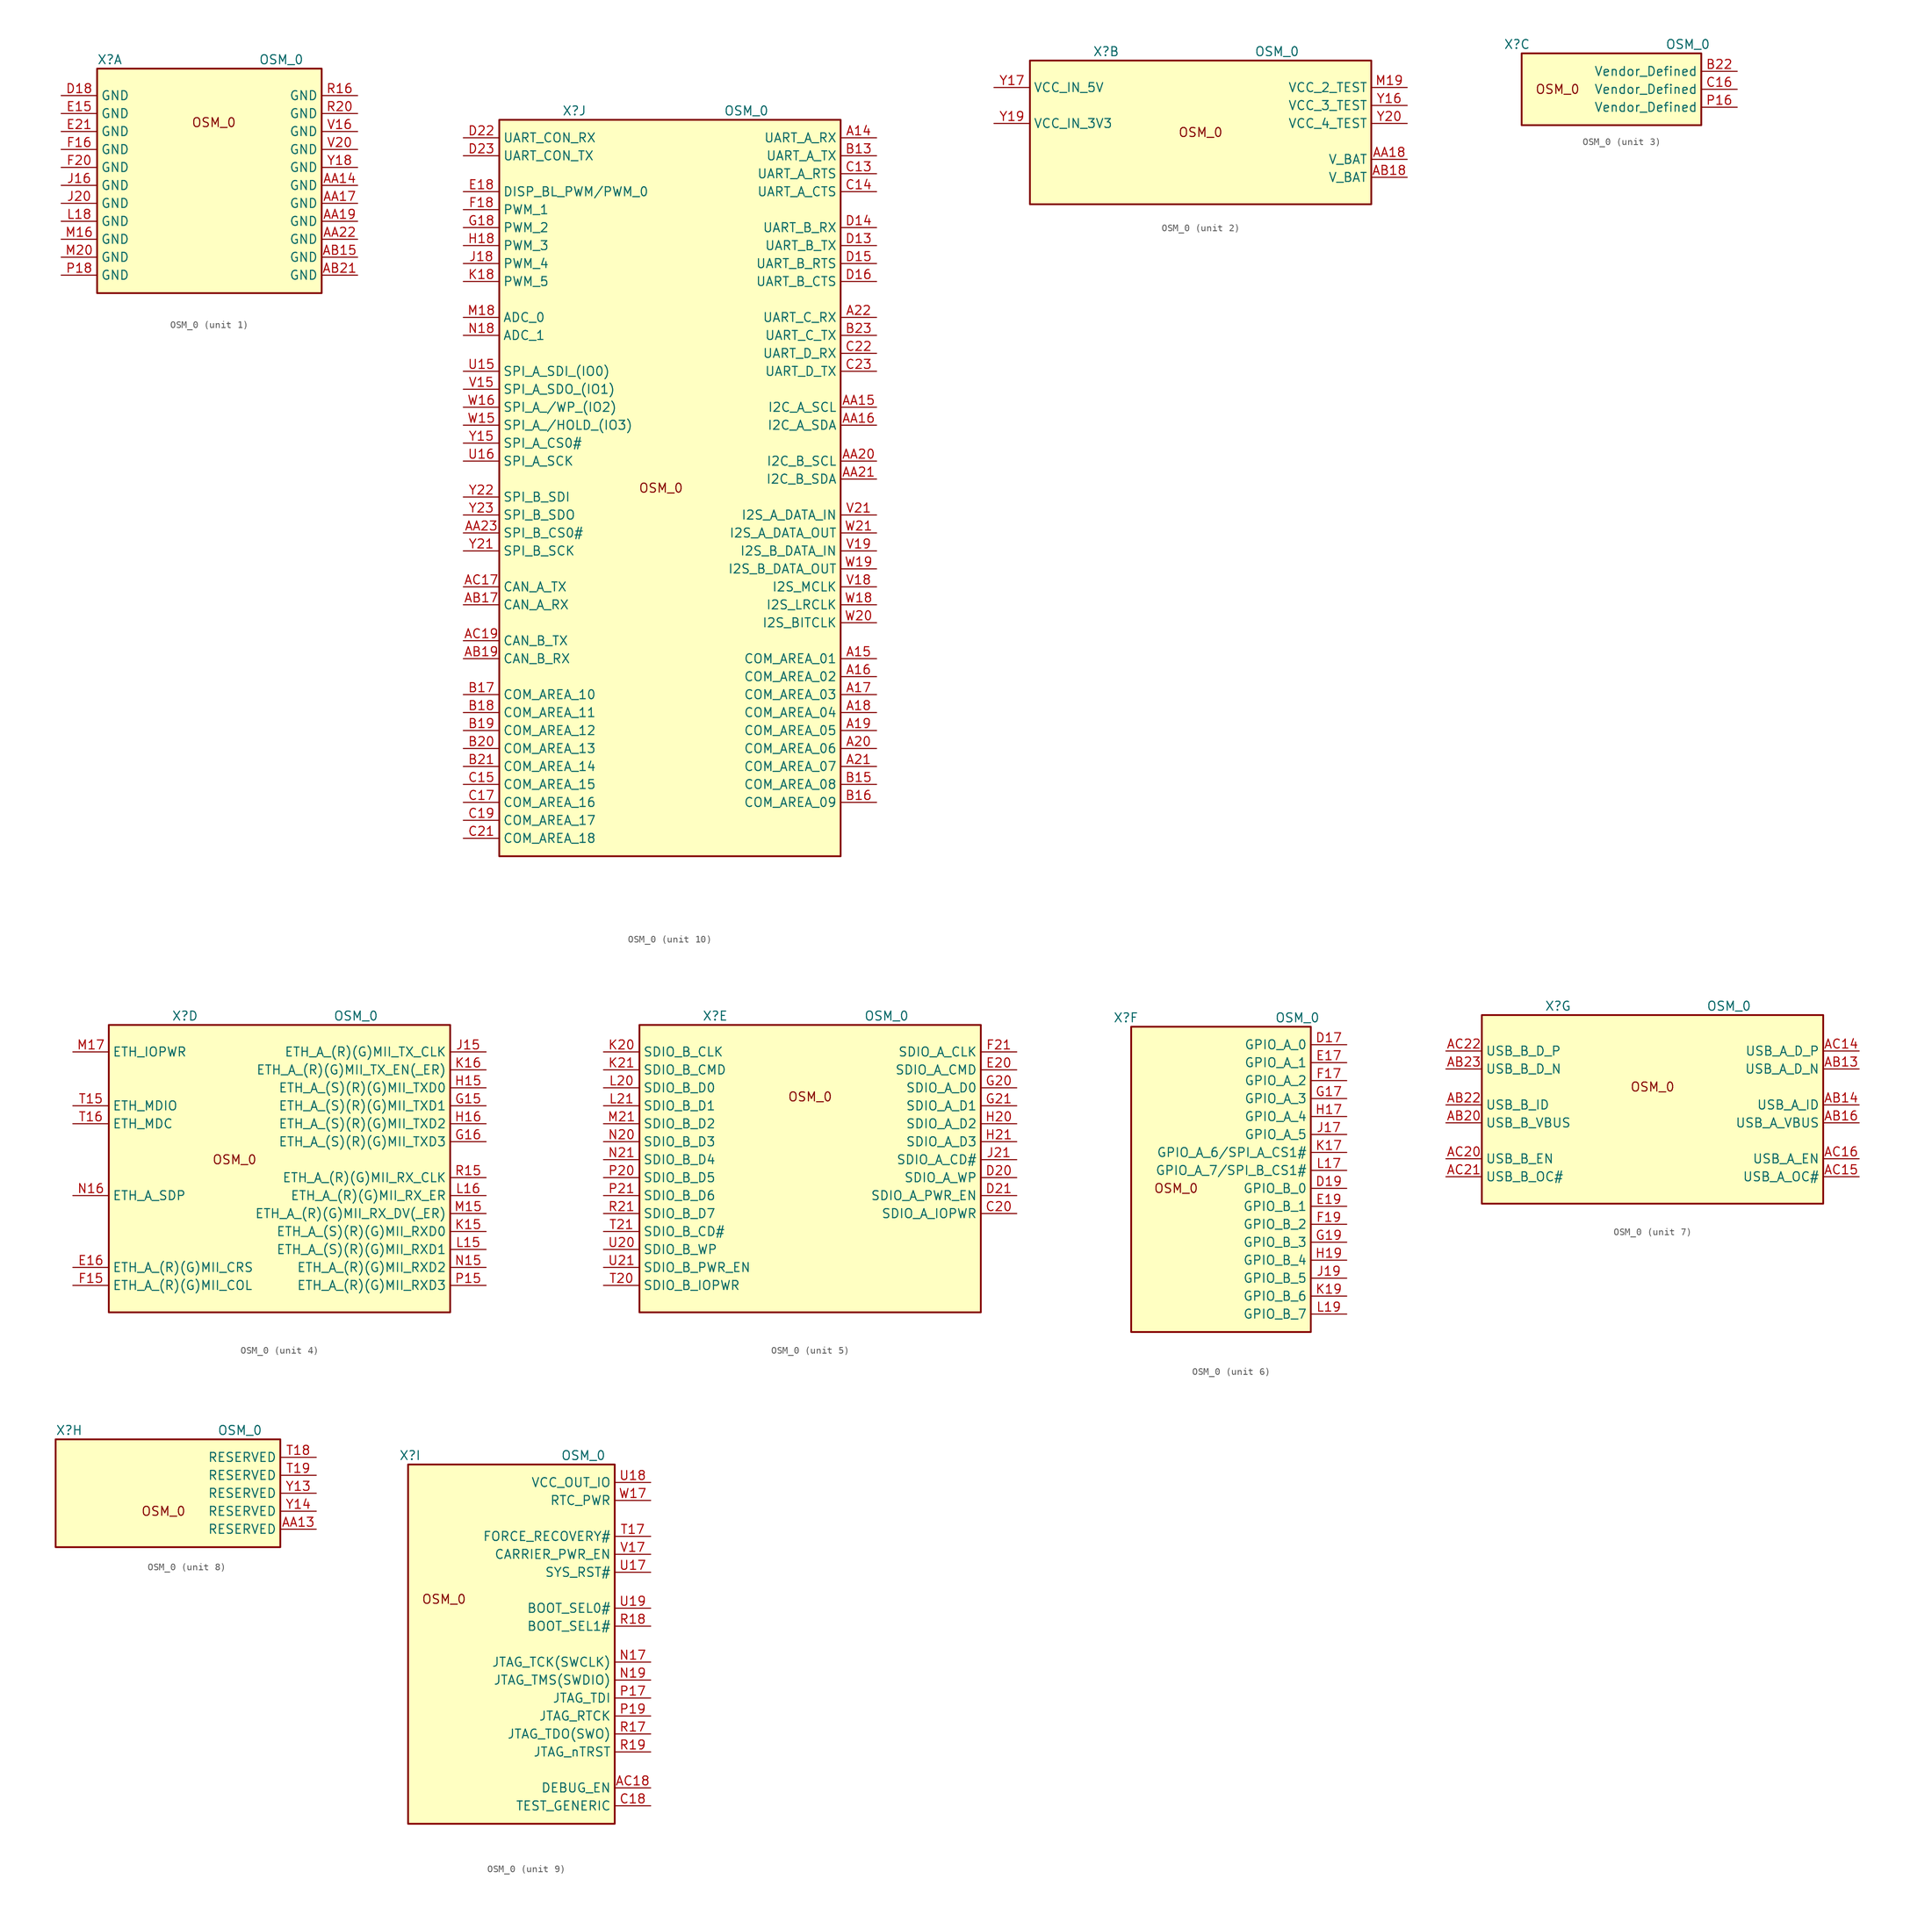
<source format=kicad_sym>
(kicad_symbol_lib
  (version 20220914)
  (generator kicad_symbol_editor)
  (symbol "OSM_0"
    (property "Reference" "X"
      (at -15.24 1.27 0)
      (effects (font (size 1.27 1.27)) (justify left)))
    (property "Value" "OSM_0"
      (at 7.62 1.27 0)
      (effects (font (size 1.27 1.27)) (justify left)))
    (property "ki_locked" ""
      (at 0 0 0)
      (effects (font (size 1.27 1.27))))
    (symbol "OSM_0_1_1"
      (rectangle (start -15.24 0) (end 16.51 -31.75) (stroke (width 0.254) (type solid)) (fill (type background)))
      (text "OSM_0\n" (at 1.27 -7.62 0) (effects (font (size 1.27 1.27))))
      (pin power_in line (at 21.59 -16.51 180) (length 5.08) (name "GND" (effects (font (size 1.27 1.27)))) (number "AA14" (effects (font (size 1.27 1.27)))))
      (pin power_in line (at 21.59 -19.05 180) (length 5.08) (name "GND" (effects (font (size 1.27 1.27)))) (number "AA17" (effects (font (size 1.27 1.27)))))
      (pin power_in line (at 21.59 -21.59 180) (length 5.08) (name "GND" (effects (font (size 1.27 1.27)))) (number "AA19" (effects (font (size 1.27 1.27)))))
      (pin power_in line (at 21.59 -24.13 180) (length 5.08) (name "GND" (effects (font (size 1.27 1.27)))) (number "AA22" (effects (font (size 1.27 1.27)))))
      (pin power_in line (at 21.59 -26.67 180) (length 5.08) (name "GND" (effects (font (size 1.27 1.27)))) (number "AB15" (effects (font (size 1.27 1.27)))))
      (pin power_in line (at 21.59 -29.21 180) (length 5.08) (name "GND" (effects (font (size 1.27 1.27)))) (number "AB21" (effects (font (size 1.27 1.27)))))
      (pin power_in line (at -20.32 -3.81 0) (length 5.08) (name "GND" (effects (font (size 1.27 1.27)))) (number "D18" (effects (font (size 1.27 1.27)))))
      (pin power_in line (at -20.32 -6.35 0) (length 5.08) (name "GND" (effects (font (size 1.27 1.27)))) (number "E15" (effects (font (size 1.27 1.27)))))
      (pin power_in line (at -20.32 -8.89 0) (length 5.08) (name "GND" (effects (font (size 1.27 1.27)))) (number "E21" (effects (font (size 1.27 1.27)))))
      (pin power_in line (at -20.32 -11.43 0) (length 5.08) (name "GND" (effects (font (size 1.27 1.27)))) (number "F16" (effects (font (size 1.27 1.27)))))
      (pin power_in line (at -20.32 -13.97 0) (length 5.08) (name "GND" (effects (font (size 1.27 1.27)))) (number "F20" (effects (font (size 1.27 1.27)))))
      (pin power_in line (at -20.32 -16.51 0) (length 5.08) (name "GND" (effects (font (size 1.27 1.27)))) (number "J16" (effects (font (size 1.27 1.27)))))
      (pin power_in line (at -20.32 -19.05 0) (length 5.08) (name "GND" (effects (font (size 1.27 1.27)))) (number "J20" (effects (font (size 1.27 1.27)))))
      (pin power_in line (at -20.32 -21.59 0) (length 5.08) (name "GND" (effects (font (size 1.27 1.27)))) (number "L18" (effects (font (size 1.27 1.27)))))
      (pin power_in line (at -20.32 -24.13 0) (length 5.08) (name "GND" (effects (font (size 1.27 1.27)))) (number "M16" (effects (font (size 1.27 1.27)))))
      (pin power_in line (at -20.32 -26.67 0) (length 5.08) (name "GND" (effects (font (size 1.27 1.27)))) (number "M20" (effects (font (size 1.27 1.27)))))
      (pin power_in line (at -20.32 -29.21 0) (length 5.08) (name "GND" (effects (font (size 1.27 1.27)))) (number "P18" (effects (font (size 1.27 1.27)))))
      (pin power_in line (at 21.59 -3.81 180) (length 5.08) (name "GND" (effects (font (size 1.27 1.27)))) (number "R16" (effects (font (size 1.27 1.27)))))
      (pin power_in line (at 21.59 -6.35 180) (length 5.08) (name "GND" (effects (font (size 1.27 1.27)))) (number "R20" (effects (font (size 1.27 1.27)))))
      (pin power_in line (at 21.59 -8.89 180) (length 5.08) (name "GND" (effects (font (size 1.27 1.27)))) (number "V16" (effects (font (size 1.27 1.27)))))
      (pin power_in line (at 21.59 -11.43 180) (length 5.08) (name "GND" (effects (font (size 1.27 1.27)))) (number "V20" (effects (font (size 1.27 1.27)))))
      (pin power_in line (at 21.59 -13.97 180) (length 5.08) (name "GND" (effects (font (size 1.27 1.27)))) (number "Y18" (effects (font (size 1.27 1.27))))))
    (symbol "OSM_0_2_1"
      (rectangle (start -24.13 0) (end 24.13 -20.32) (stroke (width 0.254) (type solid)) (fill (type background)))
      (text "OSM_0\n" (at 0 -10.16 0) (effects (font (size 1.27 1.27))))
      (pin power_in line (at 29.21 -13.97 180) (length 5.08) (name "V_BAT" (effects (font (size 1.27 1.27)))) (number "AA18" (effects (font (size 1.27 1.27)))))
      (pin power_in line (at 29.21 -16.51 180) (length 5.08) (name "V_BAT" (effects (font (size 1.27 1.27)))) (number "AB18" (effects (font (size 1.27 1.27)))))
      (pin power_out line (at 29.21 -3.81 180) (length 5.08) (name "VCC_2_TEST" (effects (font (size 1.27 1.27)))) (number "M19" (effects (font (size 1.27 1.27)))))
      (pin power_out line (at 29.21 -6.35 180) (length 5.08) (name "VCC_3_TEST" (effects (font (size 1.27 1.27)))) (number "Y16" (effects (font (size 1.27 1.27)))))
      (pin power_in line (at -29.21 -3.81 0) (length 5.08) (name "VCC_IN_5V" (effects (font (size 1.27 1.27)))) (number "Y17" (effects (font (size 1.27 1.27)))))
      (pin power_in line (at -29.21 -8.89 0) (length 5.08) (name "VCC_IN_3V3" (effects (font (size 1.27 1.27)))) (number "Y19" (effects (font (size 1.27 1.27)))))
      (pin power_out line (at 29.21 -8.89 180) (length 5.08) (name "VCC_4_TEST" (effects (font (size 1.27 1.27)))) (number "Y20" (effects (font (size 1.27 1.27))))))
    (symbol "OSM_0_3_1"
      (rectangle (start -12.7 0) (end 12.7 -10.16) (stroke (width 0.254) (type solid)) (fill (type background)))
      (text "OSM_0\n" (at -7.62 -5.08 0) (effects (font (size 1.27 1.27))))
      (pin bidirectional line (at 17.78 -2.54 180) (length 5.08) (name "Vendor_Defined" (effects (font (size 1.27 1.27)))) (number "B22" (effects (font (size 1.27 1.27)))))
      (pin bidirectional line (at 17.78 -5.08 180) (length 5.08) (name "Vendor_Defined" (effects (font (size 1.27 1.27)))) (number "C16" (effects (font (size 1.27 1.27)))))
      (pin bidirectional line (at 17.78 -7.62 180) (length 5.08) (name "Vendor_Defined" (effects (font (size 1.27 1.27)))) (number "P16" (effects (font (size 1.27 1.27))))))
    (symbol "OSM_0_4_1"
      (rectangle (start -24.13 0) (end 24.13 -40.64) (stroke (width 0.254) (type solid)) (fill (type background)))
      (text "OSM_0\n" (at -6.35 -19.05 0) (effects (font (size 1.27 1.27))))
      (pin bidirectional line (at -29.21 -34.29 0) (length 5.08) (name "ETH_A_(R)(G)MII_CRS" (effects (font (size 1.27 1.27)))) (number "E16" (effects (font (size 1.27 1.27)))))
      (pin bidirectional line (at -29.21 -36.83 0) (length 5.08) (name "ETH_A_(R)(G)MII_COL" (effects (font (size 1.27 1.27)))) (number "F15" (effects (font (size 1.27 1.27)))))
      (pin bidirectional line (at 29.21 -11.43 180) (length 5.08) (name "ETH_A_(S)(R)(G)MII_TXD1" (effects (font (size 1.27 1.27)))) (number "G15" (effects (font (size 1.27 1.27)))))
      (pin bidirectional line (at 29.21 -16.51 180) (length 5.08) (name "ETH_A_(S)(R)(G)MII_TXD3" (effects (font (size 1.27 1.27)))) (number "G16" (effects (font (size 1.27 1.27)))))
      (pin bidirectional line (at 29.21 -8.89 180) (length 5.08) (name "ETH_A_(S)(R)(G)MII_TXD0" (effects (font (size 1.27 1.27)))) (number "H15" (effects (font (size 1.27 1.27)))))
      (pin bidirectional line (at 29.21 -13.97 180) (length 5.08) (name "ETH_A_(S)(R)(G)MII_TXD2" (effects (font (size 1.27 1.27)))) (number "H16" (effects (font (size 1.27 1.27)))))
      (pin bidirectional line (at 29.21 -3.81 180) (length 5.08) (name "ETH_A_(R)(G)MII_TX_CLK" (effects (font (size 1.27 1.27)))) (number "J15" (effects (font (size 1.27 1.27)))))
      (pin bidirectional line (at 29.21 -29.21 180) (length 5.08) (name "ETH_A_(S)(R)(G)MII_RXD0" (effects (font (size 1.27 1.27)))) (number "K15" (effects (font (size 1.27 1.27)))))
      (pin bidirectional line (at 29.21 -6.35 180) (length 5.08) (name "ETH_A_(R)(G)MII_TX_EN(_ER)" (effects (font (size 1.27 1.27)))) (number "K16" (effects (font (size 1.27 1.27)))))
      (pin bidirectional line (at 29.21 -31.75 180) (length 5.08) (name "ETH_A_(S)(R)(G)MII_RXD1" (effects (font (size 1.27 1.27)))) (number "L15" (effects (font (size 1.27 1.27)))))
      (pin bidirectional line (at 29.21 -24.13 180) (length 5.08) (name "ETH_A_(R)(G)MII_RX_ER" (effects (font (size 1.27 1.27)))) (number "L16" (effects (font (size 1.27 1.27)))))
      (pin bidirectional line (at 29.21 -26.67 180) (length 5.08) (name "ETH_A_(R)(G)MII_RX_DV(_ER)" (effects (font (size 1.27 1.27)))) (number "M15" (effects (font (size 1.27 1.27)))))
      (pin power_out line (at -29.21 -3.81 0) (length 5.08) (name "ETH_IOPWR" (effects (font (size 1.27 1.27)))) (number "M17" (effects (font (size 1.27 1.27)))))
      (pin bidirectional line (at 29.21 -34.29 180) (length 5.08) (name "ETH_A_(R)(G)MII_RXD2" (effects (font (size 1.27 1.27)))) (number "N15" (effects (font (size 1.27 1.27)))))
      (pin bidirectional line (at -29.21 -24.13 0) (length 5.08) (name "ETH_A_SDP" (effects (font (size 1.27 1.27)))) (number "N16" (effects (font (size 1.27 1.27)))))
      (pin bidirectional line (at 29.21 -36.83 180) (length 5.08) (name "ETH_A_(R)(G)MII_RXD3" (effects (font (size 1.27 1.27)))) (number "P15" (effects (font (size 1.27 1.27)))))
      (pin bidirectional line (at 29.21 -21.59 180) (length 5.08) (name "ETH_A_(R)(G)MII_RX_CLK" (effects (font (size 1.27 1.27)))) (number "R15" (effects (font (size 1.27 1.27)))))
      (pin bidirectional line (at -29.21 -11.43 0) (length 5.08) (name "ETH_MDIO" (effects (font (size 1.27 1.27)))) (number "T15" (effects (font (size 1.27 1.27)))))
      (pin bidirectional line (at -29.21 -13.97 0) (length 5.08) (name "ETH_MDC" (effects (font (size 1.27 1.27)))) (number "T16" (effects (font (size 1.27 1.27))))))
    (symbol "OSM_0_5_1"
      (rectangle (start -24.13 0) (end 24.13 -40.64) (stroke (width 0.254) (type solid)) (fill (type background)))
      (text "OSM_0\n" (at 0 -10.16 0) (effects (font (size 1.27 1.27))))
      (pin power_out line (at 29.21 -26.67 180) (length 5.08) (name "SDIO_A_IOPWR" (effects (font (size 1.27 1.27)))) (number "C20" (effects (font (size 1.27 1.27)))))
      (pin bidirectional line (at 29.21 -21.59 180) (length 5.08) (name "SDIO_A_WP" (effects (font (size 1.27 1.27)))) (number "D20" (effects (font (size 1.27 1.27)))))
      (pin bidirectional line (at 29.21 -24.13 180) (length 5.08) (name "SDIO_A_PWR_EN" (effects (font (size 1.27 1.27)))) (number "D21" (effects (font (size 1.27 1.27)))))
      (pin bidirectional line (at 29.21 -6.35 180) (length 5.08) (name "SDIO_A_CMD" (effects (font (size 1.27 1.27)))) (number "E20" (effects (font (size 1.27 1.27)))))
      (pin bidirectional line (at 29.21 -3.81 180) (length 5.08) (name "SDIO_A_CLK" (effects (font (size 1.27 1.27)))) (number "F21" (effects (font (size 1.27 1.27)))))
      (pin bidirectional line (at 29.21 -8.89 180) (length 5.08) (name "SDIO_A_D0" (effects (font (size 1.27 1.27)))) (number "G20" (effects (font (size 1.27 1.27)))))
      (pin bidirectional line (at 29.21 -11.43 180) (length 5.08) (name "SDIO_A_D1" (effects (font (size 1.27 1.27)))) (number "G21" (effects (font (size 1.27 1.27)))))
      (pin bidirectional line (at 29.21 -13.97 180) (length 5.08) (name "SDIO_A_D2" (effects (font (size 1.27 1.27)))) (number "H20" (effects (font (size 1.27 1.27)))))
      (pin bidirectional line (at 29.21 -16.51 180) (length 5.08) (name "SDIO_A_D3" (effects (font (size 1.27 1.27)))) (number "H21" (effects (font (size 1.27 1.27)))))
      (pin bidirectional line (at 29.21 -19.05 180) (length 5.08) (name "SDIO_A_CD#" (effects (font (size 1.27 1.27)))) (number "J21" (effects (font (size 1.27 1.27)))))
      (pin bidirectional line (at -29.21 -3.81 0) (length 5.08) (name "SDIO_B_CLK" (effects (font (size 1.27 1.27)))) (number "K20" (effects (font (size 1.27 1.27)))))
      (pin bidirectional line (at -29.21 -6.35 0) (length 5.08) (name "SDIO_B_CMD" (effects (font (size 1.27 1.27)))) (number "K21" (effects (font (size 1.27 1.27)))))
      (pin bidirectional line (at -29.21 -8.89 0) (length 5.08) (name "SDIO_B_D0" (effects (font (size 1.27 1.27)))) (number "L20" (effects (font (size 1.27 1.27)))))
      (pin bidirectional line (at -29.21 -11.43 0) (length 5.08) (name "SDIO_B_D1" (effects (font (size 1.27 1.27)))) (number "L21" (effects (font (size 1.27 1.27)))))
      (pin bidirectional line (at -29.21 -13.97 0) (length 5.08) (name "SDIO_B_D2" (effects (font (size 1.27 1.27)))) (number "M21" (effects (font (size 1.27 1.27)))))
      (pin bidirectional line (at -29.21 -16.51 0) (length 5.08) (name "SDIO_B_D3" (effects (font (size 1.27 1.27)))) (number "N20" (effects (font (size 1.27 1.27)))))
      (pin bidirectional line (at -29.21 -19.05 0) (length 5.08) (name "SDIO_B_D4" (effects (font (size 1.27 1.27)))) (number "N21" (effects (font (size 1.27 1.27)))))
      (pin bidirectional line (at -29.21 -21.59 0) (length 5.08) (name "SDIO_B_D5" (effects (font (size 1.27 1.27)))) (number "P20" (effects (font (size 1.27 1.27)))))
      (pin bidirectional line (at -29.21 -24.13 0) (length 5.08) (name "SDIO_B_D6" (effects (font (size 1.27 1.27)))) (number "P21" (effects (font (size 1.27 1.27)))))
      (pin bidirectional line (at -29.21 -26.67 0) (length 5.08) (name "SDIO_B_D7" (effects (font (size 1.27 1.27)))) (number "R21" (effects (font (size 1.27 1.27)))))
      (pin power_out line (at -29.21 -36.83 0) (length 5.08) (name "SDIO_B_IOPWR" (effects (font (size 1.27 1.27)))) (number "T20" (effects (font (size 1.27 1.27)))))
      (pin bidirectional line (at -29.21 -29.21 0) (length 5.08) (name "SDIO_B_CD#" (effects (font (size 1.27 1.27)))) (number "T21" (effects (font (size 1.27 1.27)))))
      (pin bidirectional line (at -29.21 -31.75 0) (length 5.08) (name "SDIO_B_WP" (effects (font (size 1.27 1.27)))) (number "U20" (effects (font (size 1.27 1.27)))))
      (pin bidirectional line (at -29.21 -34.29 0) (length 5.08) (name "SDIO_B_PWR_EN" (effects (font (size 1.27 1.27)))) (number "U21" (effects (font (size 1.27 1.27))))))
    (symbol "OSM_0_6_1"
      (rectangle (start -12.7 0) (end 12.7 -43.18) (stroke (width 0.254) (type solid)) (fill (type background)))
      (text "OSM_0\n" (at -6.35 -22.86 0) (effects (font (size 1.27 1.27))))
      (pin bidirectional line (at 17.78 -2.54 180) (length 5.08) (name "GPIO_A_0" (effects (font (size 1.27 1.27)))) (number "D17" (effects (font (size 1.27 1.27)))))
      (pin bidirectional line (at 17.78 -22.86 180) (length 5.08) (name "GPIO_B_0" (effects (font (size 1.27 1.27)))) (number "D19" (effects (font (size 1.27 1.27)))))
      (pin bidirectional line (at 17.78 -5.08 180) (length 5.08) (name "GPIO_A_1" (effects (font (size 1.27 1.27)))) (number "E17" (effects (font (size 1.27 1.27)))))
      (pin bidirectional line (at 17.78 -25.4 180) (length 5.08) (name "GPIO_B_1" (effects (font (size 1.27 1.27)))) (number "E19" (effects (font (size 1.27 1.27)))))
      (pin bidirectional line (at 17.78 -7.62 180) (length 5.08) (name "GPIO_A_2" (effects (font (size 1.27 1.27)))) (number "F17" (effects (font (size 1.27 1.27)))))
      (pin bidirectional line (at 17.78 -27.94 180) (length 5.08) (name "GPIO_B_2" (effects (font (size 1.27 1.27)))) (number "F19" (effects (font (size 1.27 1.27)))))
      (pin bidirectional line (at 17.78 -10.16 180) (length 5.08) (name "GPIO_A_3" (effects (font (size 1.27 1.27)))) (number "G17" (effects (font (size 1.27 1.27)))))
      (pin bidirectional line (at 17.78 -30.48 180) (length 5.08) (name "GPIO_B_3" (effects (font (size 1.27 1.27)))) (number "G19" (effects (font (size 1.27 1.27)))))
      (pin bidirectional line (at 17.78 -12.7 180) (length 5.08) (name "GPIO_A_4" (effects (font (size 1.27 1.27)))) (number "H17" (effects (font (size 1.27 1.27)))))
      (pin bidirectional line (at 17.78 -33.02 180) (length 5.08) (name "GPIO_B_4" (effects (font (size 1.27 1.27)))) (number "H19" (effects (font (size 1.27 1.27)))))
      (pin bidirectional line (at 17.78 -15.24 180) (length 5.08) (name "GPIO_A_5" (effects (font (size 1.27 1.27)))) (number "J17" (effects (font (size 1.27 1.27)))))
      (pin bidirectional line (at 17.78 -35.56 180) (length 5.08) (name "GPIO_B_5" (effects (font (size 1.27 1.27)))) (number "J19" (effects (font (size 1.27 1.27)))))
      (pin bidirectional line (at 17.78 -17.78 180) (length 5.08) (name "GPIO_A_6/SPI_A_CS1#" (effects (font (size 1.27 1.27)))) (number "K17" (effects (font (size 1.27 1.27)))))
      (pin bidirectional line (at 17.78 -38.1 180) (length 5.08) (name "GPIO_B_6" (effects (font (size 1.27 1.27)))) (number "K19" (effects (font (size 1.27 1.27)))))
      (pin bidirectional line (at 17.78 -20.32 180) (length 5.08) (name "GPIO_A_7/SPI_B_CS1#" (effects (font (size 1.27 1.27)))) (number "L17" (effects (font (size 1.27 1.27)))))
      (pin bidirectional line (at 17.78 -40.64 180) (length 5.08) (name "GPIO_B_7" (effects (font (size 1.27 1.27)))) (number "L19" (effects (font (size 1.27 1.27))))))
    (symbol "OSM_0_7_1"
      (rectangle (start -24.13 0) (end 24.13 -26.67) (stroke (width 0.254) (type solid)) (fill (type background)))
      (text "OSM_0\n" (at 0 -10.16 0) (effects (font (size 1.27 1.27))))
      (pin bidirectional line (at 29.21 -7.62 180) (length 5.08) (name "USB_A_D_N" (effects (font (size 1.27 1.27)))) (number "AB13" (effects (font (size 1.27 1.27)))))
      (pin input line (at 29.21 -12.7 180) (length 5.08) (name "USB_A_ID" (effects (font (size 1.27 1.27)))) (number "AB14" (effects (font (size 1.27 1.27)))))
      (pin power_in line (at 29.21 -15.24 180) (length 5.08) (name "USB_A_VBUS" (effects (font (size 1.27 1.27)))) (number "AB16" (effects (font (size 1.27 1.27)))))
      (pin power_in line (at -29.21 -15.24 0) (length 5.08) (name "USB_B_VBUS" (effects (font (size 1.27 1.27)))) (number "AB20" (effects (font (size 1.27 1.27)))))
      (pin input line (at -29.21 -12.7 0) (length 5.08) (name "USB_B_ID" (effects (font (size 1.27 1.27)))) (number "AB22" (effects (font (size 1.27 1.27)))))
      (pin bidirectional line (at -29.21 -7.62 0) (length 5.08) (name "USB_B_D_N" (effects (font (size 1.27 1.27)))) (number "AB23" (effects (font (size 1.27 1.27)))))
      (pin bidirectional line (at 29.21 -5.08 180) (length 5.08) (name "USB_A_D_P" (effects (font (size 1.27 1.27)))) (number "AC14" (effects (font (size 1.27 1.27)))))
      (pin bidirectional line (at 29.21 -22.86 180) (length 5.08) (name "USB_A_OC#" (effects (font (size 1.27 1.27)))) (number "AC15" (effects (font (size 1.27 1.27)))))
      (pin bidirectional line (at 29.21 -20.32 180) (length 5.08) (name "USB_A_EN" (effects (font (size 1.27 1.27)))) (number "AC16" (effects (font (size 1.27 1.27)))))
      (pin bidirectional line (at -29.21 -20.32 0) (length 5.08) (name "USB_B_EN" (effects (font (size 1.27 1.27)))) (number "AC20" (effects (font (size 1.27 1.27)))))
      (pin bidirectional line (at -29.21 -22.86 0) (length 5.08) (name "USB_B_OC#" (effects (font (size 1.27 1.27)))) (number "AC21" (effects (font (size 1.27 1.27)))))
      (pin bidirectional line (at -29.21 -5.08 0) (length 5.08) (name "USB_B_D_P" (effects (font (size 1.27 1.27)))) (number "AC22" (effects (font (size 1.27 1.27))))))
    (symbol "OSM_0_8_1"
      (rectangle (start -15.24 0) (end 16.51 -15.24) (stroke (width 0.254) (type solid)) (fill (type background)))
      (text "OSM_0\n" (at 0 -10.16 0) (effects (font (size 1.27 1.27))))
      (pin bidirectional line (at 21.59 -12.7 180) (length 5.08) (name "RESERVED" (effects (font (size 1.27 1.27)))) (number "AA13" (effects (font (size 1.27 1.27)))))
      (pin bidirectional line (at 21.59 -2.54 180) (length 5.08) (name "RESERVED" (effects (font (size 1.27 1.27)))) (number "T18" (effects (font (size 1.27 1.27)))))
      (pin bidirectional line (at 21.59 -5.08 180) (length 5.08) (name "RESERVED" (effects (font (size 1.27 1.27)))) (number "T19" (effects (font (size 1.27 1.27)))))
      (pin bidirectional line (at 21.59 -7.62 180) (length 5.08) (name "RESERVED" (effects (font (size 1.27 1.27)))) (number "Y13" (effects (font (size 1.27 1.27)))))
      (pin bidirectional line (at 21.59 -10.16 180) (length 5.08) (name "RESERVED" (effects (font (size 1.27 1.27)))) (number "Y14" (effects (font (size 1.27 1.27))))))
    (symbol "OSM_0_9_1"
      (rectangle (start -13.97 0) (end 15.24 -50.8) (stroke (width 0.254) (type solid)) (fill (type background)))
      (text "OSM_0\n" (at -8.89 -19.05 0) (effects (font (size 1.27 1.27))))
      (pin input line (at 20.32 -45.72 180) (length 5.08) (name "DEBUG_EN" (effects (font (size 1.27 1.27)))) (number "AC18" (effects (font (size 1.27 1.27)))))
      (pin bidirectional line (at 20.32 -48.26 180) (length 5.08) (name "TEST_GENERIC" (effects (font (size 1.27 1.27)))) (number "C18" (effects (font (size 1.27 1.27)))))
      (pin bidirectional line (at 20.32 -27.94 180) (length 5.08) (name "JTAG_TCK(SWCLK)" (effects (font (size 1.27 1.27)))) (number "N17" (effects (font (size 1.27 1.27)))))
      (pin bidirectional line (at 20.32 -30.48 180) (length 5.08) (name "JTAG_TMS(SWDIO)" (effects (font (size 1.27 1.27)))) (number "N19" (effects (font (size 1.27 1.27)))))
      (pin bidirectional line (at 20.32 -33.02 180) (length 5.08) (name "JTAG_TDI" (effects (font (size 1.27 1.27)))) (number "P17" (effects (font (size 1.27 1.27)))))
      (pin bidirectional line (at 20.32 -35.56 180) (length 5.08) (name "JTAG_RTCK" (effects (font (size 1.27 1.27)))) (number "P19" (effects (font (size 1.27 1.27)))))
      (pin bidirectional line (at 20.32 -38.1 180) (length 5.08) (name "JTAG_TDO(SWO)" (effects (font (size 1.27 1.27)))) (number "R17" (effects (font (size 1.27 1.27)))))
      (pin input line (at 20.32 -22.86 180) (length 5.08) (name "BOOT_SEL1#" (effects (font (size 1.27 1.27)))) (number "R18" (effects (font (size 1.27 1.27)))))
      (pin bidirectional line (at 20.32 -40.64 180) (length 5.08) (name "JTAG_nTRST" (effects (font (size 1.27 1.27)))) (number "R19" (effects (font (size 1.27 1.27)))))
      (pin input line (at 20.32 -10.16 180) (length 5.08) (name "FORCE_RECOVERY#" (effects (font (size 1.27 1.27)))) (number "T17" (effects (font (size 1.27 1.27)))))
      (pin input line (at 20.32 -15.24 180) (length 5.08) (name "SYS_RST#" (effects (font (size 1.27 1.27)))) (number "U17" (effects (font (size 1.27 1.27)))))
      (pin power_out line (at 20.32 -2.54 180) (length 5.08) (name "VCC_OUT_IO" (effects (font (size 1.27 1.27)))) (number "U18" (effects (font (size 1.27 1.27)))))
      (pin input line (at 20.32 -20.32 180) (length 5.08) (name "BOOT_SEL0#" (effects (font (size 1.27 1.27)))) (number "U19" (effects (font (size 1.27 1.27)))))
      (pin input line (at 20.32 -12.7 180) (length 5.08) (name "CARRIER_PWR_EN" (effects (font (size 1.27 1.27)))) (number "V17" (effects (font (size 1.27 1.27)))))
      (pin power_in line (at 20.32 -5.08 180) (length 5.08) (name "RTC_PWR" (effects (font (size 1.27 1.27)))) (number "W17" (effects (font (size 1.27 1.27))))))
    (symbol "OSM_0_10_1"
      (rectangle (start -24.13 0) (end 24.13 -104.14) (stroke (width 0.254) (type solid)) (fill (type background)))
      (text "OSM_0\n" (at -1.27 -52.07 0) (effects (font (size 1.27 1.27))))
      (pin bidirectional line (at 29.21 -2.54 180) (length 5.08) (name "UART_A_RX" (effects (font (size 1.27 1.27)))) (number "A14" (effects (font (size 1.27 1.27)))))
      (pin bidirectional line (at 29.21 -76.2 180) (length 5.08) (name "COM_AREA_01" (effects (font (size 1.27 1.27)))) (number "A15" (effects (font (size 1.27 1.27)))))
      (pin bidirectional line (at 29.21 -78.74 180) (length 5.08) (name "COM_AREA_02" (effects (font (size 1.27 1.27)))) (number "A16" (effects (font (size 1.27 1.27)))))
      (pin bidirectional line (at 29.21 -81.28 180) (length 5.08) (name "COM_AREA_03" (effects (font (size 1.27 1.27)))) (number "A17" (effects (font (size 1.27 1.27)))))
      (pin bidirectional line (at 29.21 -83.82 180) (length 5.08) (name "COM_AREA_04" (effects (font (size 1.27 1.27)))) (number "A18" (effects (font (size 1.27 1.27)))))
      (pin bidirectional line (at 29.21 -86.36 180) (length 5.08) (name "COM_AREA_05" (effects (font (size 1.27 1.27)))) (number "A19" (effects (font (size 1.27 1.27)))))
      (pin bidirectional line (at 29.21 -88.9 180) (length 5.08) (name "COM_AREA_06" (effects (font (size 1.27 1.27)))) (number "A20" (effects (font (size 1.27 1.27)))))
      (pin bidirectional line (at 29.21 -91.44 180) (length 5.08) (name "COM_AREA_07" (effects (font (size 1.27 1.27)))) (number "A21" (effects (font (size 1.27 1.27)))))
      (pin bidirectional line (at 29.21 -27.94 180) (length 5.08) (name "UART_C_RX" (effects (font (size 1.27 1.27)))) (number "A22" (effects (font (size 1.27 1.27)))))
      (pin bidirectional line (at 29.21 -40.64 180) (length 5.08) (name "I2C_A_SCL" (effects (font (size 1.27 1.27)))) (number "AA15" (effects (font (size 1.27 1.27)))))
      (pin bidirectional line (at 29.21 -43.18 180) (length 5.08) (name "I2C_A_SDA" (effects (font (size 1.27 1.27)))) (number "AA16" (effects (font (size 1.27 1.27)))))
      (pin bidirectional line (at 29.21 -48.26 180) (length 5.08) (name "I2C_B_SCL" (effects (font (size 1.27 1.27)))) (number "AA20" (effects (font (size 1.27 1.27)))))
      (pin bidirectional line (at 29.21 -50.8 180) (length 5.08) (name "I2C_B_SDA" (effects (font (size 1.27 1.27)))) (number "AA21" (effects (font (size 1.27 1.27)))))
      (pin bidirectional line (at -29.21 -58.42 0) (length 5.08) (name "SPI_B_CS0#" (effects (font (size 1.27 1.27)))) (number "AA23" (effects (font (size 1.27 1.27)))))
      (pin bidirectional line (at -29.21 -68.58 0) (length 5.08) (name "CAN_A_RX" (effects (font (size 1.27 1.27)))) (number "AB17" (effects (font (size 1.27 1.27)))))
      (pin bidirectional line (at -29.21 -76.2 0) (length 5.08) (name "CAN_B_RX" (effects (font (size 1.27 1.27)))) (number "AB19" (effects (font (size 1.27 1.27)))))
      (pin bidirectional line (at -29.21 -66.04 0) (length 5.08) (name "CAN_A_TX" (effects (font (size 1.27 1.27)))) (number "AC17" (effects (font (size 1.27 1.27)))))
      (pin bidirectional line (at -29.21 -73.66 0) (length 5.08) (name "CAN_B_TX" (effects (font (size 1.27 1.27)))) (number "AC19" (effects (font (size 1.27 1.27)))))
      (pin bidirectional line (at 29.21 -5.08 180) (length 5.08) (name "UART_A_TX" (effects (font (size 1.27 1.27)))) (number "B13" (effects (font (size 1.27 1.27)))))
      (pin bidirectional line (at 29.21 -93.98 180) (length 5.08) (name "COM_AREA_08" (effects (font (size 1.27 1.27)))) (number "B15" (effects (font (size 1.27 1.27)))))
      (pin bidirectional line (at 29.21 -96.52 180) (length 5.08) (name "COM_AREA_09" (effects (font (size 1.27 1.27)))) (number "B16" (effects (font (size 1.27 1.27)))))
      (pin bidirectional line (at -29.21 -81.28 0) (length 5.08) (name "COM_AREA_10" (effects (font (size 1.27 1.27)))) (number "B17" (effects (font (size 1.27 1.27)))))
      (pin bidirectional line (at -29.21 -83.82 0) (length 5.08) (name "COM_AREA_11" (effects (font (size 1.27 1.27)))) (number "B18" (effects (font (size 1.27 1.27)))))
      (pin bidirectional line (at -29.21 -86.36 0) (length 5.08) (name "COM_AREA_12" (effects (font (size 1.27 1.27)))) (number "B19" (effects (font (size 1.27 1.27)))))
      (pin bidirectional line (at -29.21 -88.9 0) (length 5.08) (name "COM_AREA_13" (effects (font (size 1.27 1.27)))) (number "B20" (effects (font (size 1.27 1.27)))))
      (pin bidirectional line (at -29.21 -91.44 0) (length 5.08) (name "COM_AREA_14" (effects (font (size 1.27 1.27)))) (number "B21" (effects (font (size 1.27 1.27)))))
      (pin bidirectional line (at 29.21 -30.48 180) (length 5.08) (name "UART_C_TX" (effects (font (size 1.27 1.27)))) (number "B23" (effects (font (size 1.27 1.27)))))
      (pin bidirectional line (at 29.21 -7.62 180) (length 5.08) (name "UART_A_RTS" (effects (font (size 1.27 1.27)))) (number "C13" (effects (font (size 1.27 1.27)))))
      (pin bidirectional line (at 29.21 -10.16 180) (length 5.08) (name "UART_A_CTS" (effects (font (size 1.27 1.27)))) (number "C14" (effects (font (size 1.27 1.27)))))
      (pin bidirectional line (at -29.21 -93.98 0) (length 5.08) (name "COM_AREA_15" (effects (font (size 1.27 1.27)))) (number "C15" (effects (font (size 1.27 1.27)))))
      (pin bidirectional line (at -29.21 -96.52 0) (length 5.08) (name "COM_AREA_16" (effects (font (size 1.27 1.27)))) (number "C17" (effects (font (size 1.27 1.27)))))
      (pin bidirectional line (at -29.21 -99.06 0) (length 5.08) (name "COM_AREA_17" (effects (font (size 1.27 1.27)))) (number "C19" (effects (font (size 1.27 1.27)))))
      (pin bidirectional line (at -29.21 -101.6 0) (length 5.08) (name "COM_AREA_18" (effects (font (size 1.27 1.27)))) (number "C21" (effects (font (size 1.27 1.27)))))
      (pin bidirectional line (at 29.21 -33.02 180) (length 5.08) (name "UART_D_RX" (effects (font (size 1.27 1.27)))) (number "C22" (effects (font (size 1.27 1.27)))))
      (pin bidirectional line (at 29.21 -35.56 180) (length 5.08) (name "UART_D_TX" (effects (font (size 1.27 1.27)))) (number "C23" (effects (font (size 1.27 1.27)))))
      (pin bidirectional line (at 29.21 -17.78 180) (length 5.08) (name "UART_B_TX" (effects (font (size 1.27 1.27)))) (number "D13" (effects (font (size 1.27 1.27)))))
      (pin bidirectional line (at 29.21 -15.24 180) (length 5.08) (name "UART_B_RX" (effects (font (size 1.27 1.27)))) (number "D14" (effects (font (size 1.27 1.27)))))
      (pin bidirectional line (at 29.21 -20.32 180) (length 5.08) (name "UART_B_RTS" (effects (font (size 1.27 1.27)))) (number "D15" (effects (font (size 1.27 1.27)))))
      (pin bidirectional line (at 29.21 -22.86 180) (length 5.08) (name "UART_B_CTS" (effects (font (size 1.27 1.27)))) (number "D16" (effects (font (size 1.27 1.27)))))
      (pin bidirectional line (at -29.21 -2.54 0) (length 5.08) (name "UART_CON_RX" (effects (font (size 1.27 1.27)))) (number "D22" (effects (font (size 1.27 1.27)))))
      (pin bidirectional line (at -29.21 -5.08 0) (length 5.08) (name "UART_CON_TX" (effects (font (size 1.27 1.27)))) (number "D23" (effects (font (size 1.27 1.27)))))
      (pin bidirectional line (at -29.21 -10.16 0) (length 5.08) (name "DISP_BL_PWM/PWM_0" (effects (font (size 1.27 1.27)))) (number "E18" (effects (font (size 1.27 1.27)))))
      (pin bidirectional line (at -29.21 -12.7 0) (length 5.08) (name "PWM_1" (effects (font (size 1.27 1.27)))) (number "F18" (effects (font (size 1.27 1.27)))))
      (pin bidirectional line (at -29.21 -15.24 0) (length 5.08) (name "PWM_2" (effects (font (size 1.27 1.27)))) (number "G18" (effects (font (size 1.27 1.27)))))
      (pin bidirectional line (at -29.21 -17.78 0) (length 5.08) (name "PWM_3" (effects (font (size 1.27 1.27)))) (number "H18" (effects (font (size 1.27 1.27)))))
      (pin bidirectional line (at -29.21 -20.32 0) (length 5.08) (name "PWM_4" (effects (font (size 1.27 1.27)))) (number "J18" (effects (font (size 1.27 1.27)))))
      (pin bidirectional line (at -29.21 -22.86 0) (length 5.08) (name "PWM_5" (effects (font (size 1.27 1.27)))) (number "K18" (effects (font (size 1.27 1.27)))))
      (pin bidirectional line (at -29.21 -27.94 0) (length 5.08) (name "ADC_0" (effects (font (size 1.27 1.27)))) (number "M18" (effects (font (size 1.27 1.27)))))
      (pin bidirectional line (at -29.21 -30.48 0) (length 5.08) (name "ADC_1" (effects (font (size 1.27 1.27)))) (number "N18" (effects (font (size 1.27 1.27)))))
      (pin bidirectional line (at -29.21 -35.56 0) (length 5.08) (name "SPI_A_SDI_(IO0)" (effects (font (size 1.27 1.27)))) (number "U15" (effects (font (size 1.27 1.27)))))
      (pin bidirectional line (at -29.21 -48.26 0) (length 5.08) (name "SPI_A_SCK" (effects (font (size 1.27 1.27)))) (number "U16" (effects (font (size 1.27 1.27)))))
      (pin bidirectional line (at -29.21 -38.1 0) (length 5.08) (name "SPI_A_SDO_(IO1)" (effects (font (size 1.27 1.27)))) (number "V15" (effects (font (size 1.27 1.27)))))
      (pin bidirectional line (at 29.21 -66.04 180) (length 5.08) (name "I2S_MCLK" (effects (font (size 1.27 1.27)))) (number "V18" (effects (font (size 1.27 1.27)))))
      (pin bidirectional line (at 29.21 -60.96 180) (length 5.08) (name "I2S_B_DATA_IN" (effects (font (size 1.27 1.27)))) (number "V19" (effects (font (size 1.27 1.27)))))
      (pin bidirectional line (at 29.21 -55.88 180) (length 5.08) (name "I2S_A_DATA_IN" (effects (font (size 1.27 1.27)))) (number "V21" (effects (font (size 1.27 1.27)))))
      (pin bidirectional line (at -29.21 -43.18 0) (length 5.08) (name "SPI_A_/HOLD_(IO3)" (effects (font (size 1.27 1.27)))) (number "W15" (effects (font (size 1.27 1.27)))))
      (pin bidirectional line (at -29.21 -40.64 0) (length 5.08) (name "SPI_A_/WP_(IO2)" (effects (font (size 1.27 1.27)))) (number "W16" (effects (font (size 1.27 1.27)))))
      (pin bidirectional line (at 29.21 -68.58 180) (length 5.08) (name "I2S_LRCLK" (effects (font (size 1.27 1.27)))) (number "W18" (effects (font (size 1.27 1.27)))))
      (pin bidirectional line (at 29.21 -63.5 180) (length 5.08) (name "I2S_B_DATA_OUT" (effects (font (size 1.27 1.27)))) (number "W19" (effects (font (size 1.27 1.27)))))
      (pin bidirectional line (at 29.21 -71.12 180) (length 5.08) (name "I2S_BITCLK" (effects (font (size 1.27 1.27)))) (number "W20" (effects (font (size 1.27 1.27)))))
      (pin bidirectional line (at 29.21 -58.42 180) (length 5.08) (name "I2S_A_DATA_OUT" (effects (font (size 1.27 1.27)))) (number "W21" (effects (font (size 1.27 1.27)))))
      (pin bidirectional line (at -29.21 -45.72 0) (length 5.08) (name "SPI_A_CS0#" (effects (font (size 1.27 1.27)))) (number "Y15" (effects (font (size 1.27 1.27)))))
      (pin bidirectional line (at -29.21 -60.96 0) (length 5.08) (name "SPI_B_SCK" (effects (font (size 1.27 1.27)))) (number "Y21" (effects (font (size 1.27 1.27)))))
      (pin bidirectional line (at -29.21 -53.34 0) (length 5.08) (name "SPI_B_SDI" (effects (font (size 1.27 1.27)))) (number "Y22" (effects (font (size 1.27 1.27)))))
      (pin bidirectional line (at -29.21 -55.88 0) (length 5.08) (name "SPI_B_SDO" (effects (font (size 1.27 1.27)))) (number "Y23" (effects (font (size 1.27 1.27))))))))
</source>
